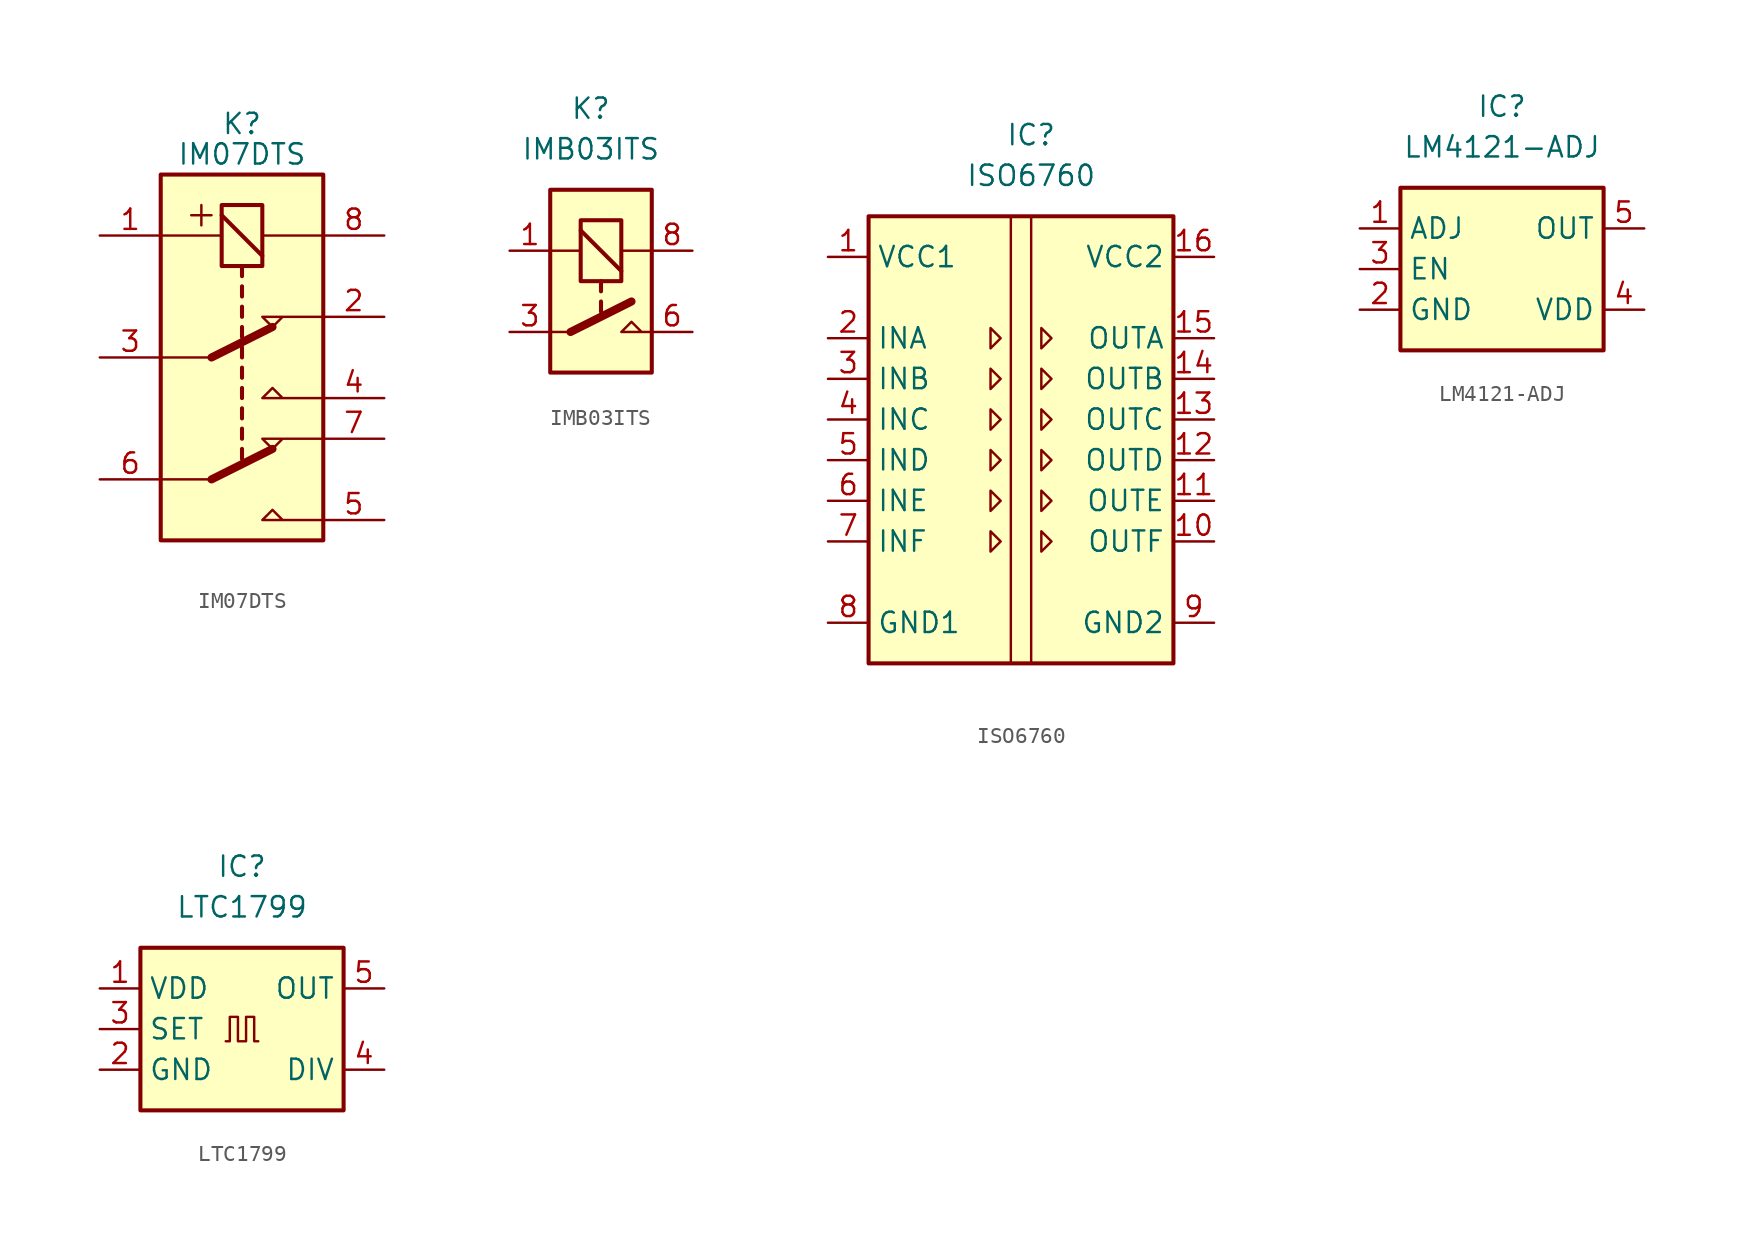
<source format=kicad_sym>
(kicad_symbol_lib
  (version 20241209)
  (generator "kicad_symbol_editor")
  (generator_version "9.0")
  (symbol "IM07DTS"
    (pin_names
      (hide yes))
    (property "Reference" "K"
      (at 0 14.605 0)
      (effects (font (size 1.27 1.27))))
    (property "Value" "IM07DTS"
      (at 0 12.7 0)
      (effects (font (size 1.27 1.27))))
    (symbol "IM07DTS_0_0"
      (polyline (pts (xy 5.08 2.54) (xy 1.27 2.54) (xy 1.905 1.905) (xy 2.54 2.54)) (stroke (width 0) (type default)) (fill (type none)))
      (polyline (pts (xy 5.08 -2.54) (xy 1.27 -2.54) (xy 1.905 -1.905) (xy 2.54 -2.54)) (stroke (width 0) (type default)) (fill (type none)))
      (polyline (pts (xy 5.08 -5.08) (xy 1.27 -5.08) (xy 1.905 -5.715) (xy 2.54 -5.08)) (stroke (width 0) (type default)) (fill (type none)))
      (polyline (pts (xy 5.08 -10.16) (xy 1.27 -10.16) (xy 1.905 -9.525) (xy 2.54 -10.16)) (stroke (width 0) (type default)) (fill (type none))))
    (symbol "IM07DTS_0_1"
      (rectangle (start -5.08 11.43) (end 5.08 -11.43) (stroke (width 0.254) (type default)) (fill (type background)))
      (polyline (pts (xy -3.175 8.89) (xy -1.905 8.89)) (stroke (width 0) (type default)) (fill (type none)))
      (polyline (pts (xy -2.54 9.525) (xy -2.54 8.255)) (stroke (width 0) (type default)) (fill (type none)))
      (polyline (pts (xy -1.905 0) (xy -5.08 0)) (stroke (width 0) (type default)) (fill (type none)))
      (polyline (pts (xy -1.905 0) (xy 1.905 1.905)) (stroke (width 0.508) (type default)) (fill (type none)))
      (polyline (pts (xy -1.905 -7.62) (xy -5.08 -7.62)) (stroke (width 0) (type default)) (fill (type none)))
      (polyline (pts (xy -1.905 -7.62) (xy 1.905 -5.715)) (stroke (width 0.508) (type default)) (fill (type none)))
      (rectangle (start -1.27 9.525) (end 1.27 5.715) (stroke (width 0.254) (type default)) (fill (type none)))
      (polyline (pts (xy -1.27 8.89) (xy 1.27 6.35)) (stroke (width 0.254) (type default)) (fill (type none)))
      (polyline (pts (xy -1.27 7.62) (xy -5.08 7.62)) (stroke (width 0) (type default)) (fill (type none)))
      (polyline (pts (xy 0 5.715) (xy 0 5.08)) (stroke (width 0.254) (type default)) (fill (type none)))
      (polyline (pts (xy 0 4.445) (xy 0 3.81)) (stroke (width 0.254) (type default)) (fill (type none)))
      (polyline (pts (xy 0 3.175) (xy 0 2.54)) (stroke (width 0.254) (type default)) (fill (type none)))
      (polyline (pts (xy 0 1.905) (xy 0 1.27)) (stroke (width 0.254) (type default)) (fill (type none)))
      (polyline (pts (xy 0 0.635) (xy 0 0)) (stroke (width 0.254) (type default)) (fill (type none)))
      (polyline (pts (xy 0 -0.635) (xy 0 -1.27)) (stroke (width 0.254) (type default)) (fill (type none)))
      (polyline (pts (xy 0 -1.905) (xy 0 -2.54)) (stroke (width 0.254) (type default)) (fill (type none)))
      (polyline (pts (xy 0 -3.175) (xy 0 -3.81)) (stroke (width 0.254) (type default)) (fill (type none)))
      (polyline (pts (xy 0 -4.445) (xy 0 -5.08)) (stroke (width 0.254) (type default)) (fill (type none)))
      (polyline (pts (xy 0 -5.715) (xy 0 -6.35)) (stroke (width 0.254) (type default)) (fill (type none)))
      (polyline (pts (xy 5.08 7.62) (xy 1.27 7.62)) (stroke (width 0) (type default)) (fill (type none))))
    (symbol "IM07DTS_1_1"
      (pin passive line (at -8.89 7.62 0) (length 3.81) (name "COIL_1" (effects (font (size 1.27 1.27)))) (number "1" (effects (font (size 1.27 1.27)))))
      (pin passive line (at -8.89 0 0) (length 3.81) (name "COM_1" (effects (font (size 1.27 1.27)))) (number "3" (effects (font (size 1.27 1.27)))))
      (pin passive line (at -8.89 -7.62 0) (length 3.81) (name "COM_2" (effects (font (size 1.27 1.27)))) (number "6" (effects (font (size 1.27 1.27)))))
      (pin passive line (at 8.89 7.62 180) (length 3.81) (name "COIL_2" (effects (font (size 1.27 1.27)))) (number "8" (effects (font (size 1.27 1.27)))))
      (pin passive line (at 8.89 2.54 180) (length 3.81) (name "NC_1" (effects (font (size 1.27 1.27)))) (number "2" (effects (font (size 1.27 1.27)))))
      (pin passive line (at 8.89 -2.54 180) (length 3.81) (name "NO_1" (effects (font (size 1.27 1.27)))) (number "4" (effects (font (size 1.27 1.27)))))
      (pin passive line (at 8.89 -5.08 180) (length 3.81) (name "NC_2" (effects (font (size 1.27 1.27)))) (number "7" (effects (font (size 1.27 1.27)))))
      (pin passive line (at 8.89 -10.16 180) (length 3.81) (name "NO_2" (effects (font (size 1.27 1.27)))) (number "5" (effects (font (size 1.27 1.27)))))))
  (symbol "IMB03ITS"
    (pin_names
      (hide yes))
    (property "Reference" "K"
      (at -1.27 11.43 0)
      (effects (font (size 1.27 1.27))))
    (property "Value" "IMB03ITS"
      (at -1.27 8.89 0)
      (effects (font (size 1.27 1.27))))
    (symbol "IMB03ITS_0_0"
      (polyline (pts (xy 2.54 -2.54) (xy 0.635 -2.54) (xy 1.27 -1.905) (xy 1.905 -2.54)) (stroke (width 0) (type default)) (fill (type none))))
    (symbol "IMB03ITS_0_1"
      (rectangle (start -3.81 6.35) (end 2.54 -5.08) (stroke (width 0.254) (type default)) (fill (type background)))
      (polyline (pts (xy -2.54 -2.54) (xy -3.81 -2.54)) (stroke (width 0) (type default)) (fill (type none)))
      (polyline (pts (xy -2.54 -2.54) (xy 1.27 -0.635)) (stroke (width 0.508) (type default)) (fill (type none)))
      (rectangle (start -1.905 4.445) (end 0.635 0.635) (stroke (width 0.254) (type default)) (fill (type none)))
      (polyline (pts (xy -1.905 3.81) (xy 0.635 1.27)) (stroke (width 0.254) (type default)) (fill (type none)))
      (polyline (pts (xy -1.905 2.54) (xy -3.81 2.54)) (stroke (width 0) (type default)) (fill (type none)))
      (polyline (pts (xy -0.635 0.635) (xy -0.635 0)) (stroke (width 0.254) (type default)) (fill (type none)))
      (polyline (pts (xy -0.635 -0.635) (xy -0.635 -1.27)) (stroke (width 0.254) (type default)) (fill (type none)))
      (polyline (pts (xy 2.54 2.54) (xy 0.635 2.54)) (stroke (width 0) (type default)) (fill (type none))))
    (symbol "IMB03ITS_1_1"
      (pin passive line (at -6.35 2.54 0) (length 2.54) (name "COIL_1" (effects (font (size 1.27 1.27)))) (number "1" (effects (font (size 1.27 1.27)))))
      (pin passive line (at -6.35 -2.54 0) (length 2.54) (name "COM" (effects (font (size 1.27 1.27)))) (number "3" (effects (font (size 1.27 1.27)))))
      (pin passive line (at 5.08 2.54 180) (length 2.54) (name "COIL_2" (effects (font (size 1.27 1.27)))) (number "8" (effects (font (size 1.27 1.27)))))
      (pin passive line (at 5.08 -2.54 180) (length 2.54) (name "NO" (effects (font (size 1.27 1.27)))) (number "6" (effects (font (size 1.27 1.27)))))))
  (symbol "ISO6760"
    (property "Reference" "IC"
      (at 0 17.78 0)
      (effects (font (size 1.27 1.27))))
    (property "Value" "ISO6760"
      (at 0 15.24 0)
      (effects (font (size 1.27 1.27))))
    (symbol "ISO6760_0_1"
      (rectangle (start -10.16 12.7) (end 8.89 -15.24) (stroke (width 0.254) (type default)) (fill (type background)))
      (polyline (pts (xy -1.27 12.7) (xy -1.27 -15.24)) (stroke (width 0) (type default)) (fill (type none)))
      (polyline (pts (xy 0 12.7) (xy 0 -15.24)) (stroke (width 0) (type default)) (fill (type none))))
    (symbol "ISO6760_1_1"
      (polyline (pts (xy -2.54 5.715) (xy -1.905 5.08) (xy -2.54 4.445) (xy -2.54 5.715)) (stroke (width 0) (type default)) (fill (type none)))
      (polyline (pts (xy -2.54 3.175) (xy -1.905 2.54) (xy -2.54 1.905) (xy -2.54 3.175)) (stroke (width 0) (type default)) (fill (type none)))
      (polyline (pts (xy -2.54 -0.635) (xy -1.905 0) (xy -2.54 0.635) (xy -2.54 -0.635)) (stroke (width 0) (type default)) (fill (type none)))
      (polyline (pts (xy -2.54 -3.175) (xy -1.905 -2.54) (xy -2.54 -1.905) (xy -2.54 -3.175)) (stroke (width 0) (type default)) (fill (type none)))
      (polyline (pts (xy -2.54 -5.715) (xy -1.905 -5.08) (xy -2.54 -4.445) (xy -2.54 -5.715)) (stroke (width 0) (type default)) (fill (type none)))
      (polyline (pts (xy -2.54 -8.255) (xy -1.905 -7.62) (xy -2.54 -6.985) (xy -2.54 -8.255)) (stroke (width 0) (type default)) (fill (type none)))
      (polyline (pts (xy 0.635 5.715) (xy 1.27 5.08) (xy 0.635 4.445) (xy 0.635 5.715)) (stroke (width 0) (type default)) (fill (type none)))
      (polyline (pts (xy 0.635 3.175) (xy 1.27 2.54) (xy 0.635 1.905) (xy 0.635 3.175)) (stroke (width 0) (type default)) (fill (type none)))
      (polyline (pts (xy 0.635 0.635) (xy 1.27 0) (xy 0.635 -0.635) (xy 0.635 0.635)) (stroke (width 0) (type default)) (fill (type none)))
      (polyline (pts (xy 0.635 -3.175) (xy 1.27 -2.54) (xy 0.635 -1.905) (xy 0.635 -3.175)) (stroke (width 0) (type default)) (fill (type none)))
      (polyline (pts (xy 0.635 -5.715) (xy 1.27 -5.08) (xy 0.635 -4.445) (xy 0.635 -5.715)) (stroke (width 0) (type default)) (fill (type none)))
      (polyline (pts (xy 0.635 -8.255) (xy 1.27 -7.62) (xy 0.635 -6.985) (xy 0.635 -8.255)) (stroke (width 0) (type default)) (fill (type none)))
      (pin passive line (at -12.7 10.16 0) (length 2.54) (name "VCC1" (effects (font (size 1.27 1.27)))) (number "1" (effects (font (size 1.27 1.27)))))
      (pin passive line (at -12.7 5.08 0) (length 2.54) (name "INA" (effects (font (size 1.27 1.27)))) (number "2" (effects (font (size 1.27 1.27)))))
      (pin passive line (at -12.7 2.54 0) (length 2.54) (name "INB" (effects (font (size 1.27 1.27)))) (number "3" (effects (font (size 1.27 1.27)))))
      (pin passive line (at -12.7 0 0) (length 2.54) (name "INC" (effects (font (size 1.27 1.27)))) (number "4" (effects (font (size 1.27 1.27)))))
      (pin passive line (at -12.7 -2.54 0) (length 2.54) (name "IND" (effects (font (size 1.27 1.27)))) (number "5" (effects (font (size 1.27 1.27)))))
      (pin passive line (at -12.7 -5.08 0) (length 2.54) (name "INE" (effects (font (size 1.27 1.27)))) (number "6" (effects (font (size 1.27 1.27)))))
      (pin passive line (at -12.7 -7.62 0) (length 2.54) (name "INF" (effects (font (size 1.27 1.27)))) (number "7" (effects (font (size 1.27 1.27)))))
      (pin passive line (at -12.7 -12.7 0) (length 2.54) (name "GND1" (effects (font (size 1.27 1.27)))) (number "8" (effects (font (size 1.27 1.27)))))
      (pin passive line (at 11.43 10.16 180) (length 2.54) (name "VCC2" (effects (font (size 1.27 1.27)))) (number "16" (effects (font (size 1.27 1.27)))))
      (pin passive line (at 11.43 5.08 180) (length 2.54) (name "OUTA" (effects (font (size 1.27 1.27)))) (number "15" (effects (font (size 1.27 1.27)))))
      (pin passive line (at 11.43 2.54 180) (length 2.54) (name "OUTB" (effects (font (size 1.27 1.27)))) (number "14" (effects (font (size 1.27 1.27)))))
      (pin passive line (at 11.43 0 180) (length 2.54) (name "OUTC" (effects (font (size 1.27 1.27)))) (number "13" (effects (font (size 1.27 1.27)))))
      (pin passive line (at 11.43 -2.54 180) (length 2.54) (name "OUTD" (effects (font (size 1.27 1.27)))) (number "12" (effects (font (size 1.27 1.27)))))
      (pin passive line (at 11.43 -5.08 180) (length 2.54) (name "OUTE" (effects (font (size 1.27 1.27)))) (number "11" (effects (font (size 1.27 1.27)))))
      (pin passive line (at 11.43 -7.62 180) (length 2.54) (name "OUTF" (effects (font (size 1.27 1.27)))) (number "10" (effects (font (size 1.27 1.27)))))
      (pin passive line (at 11.43 -12.7 180) (length 2.54) (name "GND2" (effects (font (size 1.27 1.27)))) (number "9" (effects (font (size 1.27 1.27)))))))
  (symbol "LM4121-ADJ"
    (property "Reference" "IC"
      (at 0 10.16 0)
      (effects (font (size 1.27 1.27))))
    (property "Value" "LM4121-ADJ"
      (at 0 7.62 0)
      (effects (font (size 1.27 1.27))))
    (symbol "LM4121-ADJ_0_1"
      (rectangle (start -6.35 5.08) (end 6.35 -5.08) (stroke (width 0.254) (type default)) (fill (type background))))
    (symbol "LM4121-ADJ_1_1"
      (pin input line (at -8.89 2.54 0) (length 2.54) (name "ADJ" (effects (font (size 1.27 1.27)))) (number "1" (effects (font (size 1.27 1.27)))))
      (pin output line (at -8.89 0 0) (length 2.54) (name "EN" (effects (font (size 1.27 1.27)))) (number "3" (effects (font (size 1.27 1.27)))))
      (pin power_in line (at -8.89 -2.54 0) (length 2.54) (name "GND" (effects (font (size 1.27 1.27)))) (number "2" (effects (font (size 1.27 1.27)))))
      (pin power_in line (at 8.89 2.54 180) (length 2.54) (name "OUT" (effects (font (size 1.27 1.27)))) (number "5" (effects (font (size 1.27 1.27)))))
      (pin power_in line (at 8.89 -2.54 180) (length 2.54) (name "VDD" (effects (font (size 1.27 1.27)))) (number "4" (effects (font (size 1.27 1.27)))))))
  (symbol "LTC1799"
    (property "Reference" "IC"
      (at 0 10.16 0)
      (effects (font (size 1.27 1.27))))
    (property "Value" "LTC1799"
      (at 0 7.62 0)
      (effects (font (size 1.27 1.27))))
    (symbol "LTC1799_0_1"
      (rectangle (start -6.35 5.08) (end 6.35 -5.08) (stroke (width 0.254) (type default)) (fill (type background)))
      (polyline (pts (xy -1.016 -0.762) (xy -0.762 -0.762) (xy -0.762 0.762) (xy -0.254 0.762) (xy -0.254 -0.762) (xy 0.254 -0.762) (xy 0.254 0.762) (xy 0.762 0.762) (xy 0.762 -0.762) (xy 1.016 -0.762)) (stroke (width 0) (type default)) (fill (type none))))
    (symbol "LTC1799_1_1"
      (pin input line (at -8.89 2.54 0) (length 2.54) (name "VDD" (effects (font (size 1.27 1.27)))) (number "1" (effects (font (size 1.27 1.27)))))
      (pin output line (at -8.89 0 0) (length 2.54) (name "SET" (effects (font (size 1.27 1.27)))) (number "3" (effects (font (size 1.27 1.27)))))
      (pin power_in line (at -8.89 -2.54 0) (length 2.54) (name "GND" (effects (font (size 1.27 1.27)))) (number "2" (effects (font (size 1.27 1.27)))))
      (pin power_in line (at 8.89 2.54 180) (length 2.54) (name "OUT" (effects (font (size 1.27 1.27)))) (number "5" (effects (font (size 1.27 1.27)))))
      (pin power_in line (at 8.89 -2.54 180) (length 2.54) (name "DIV" (effects (font (size 1.27 1.27)))) (number "4" (effects (font (size 1.27 1.27))))))))
</source>
